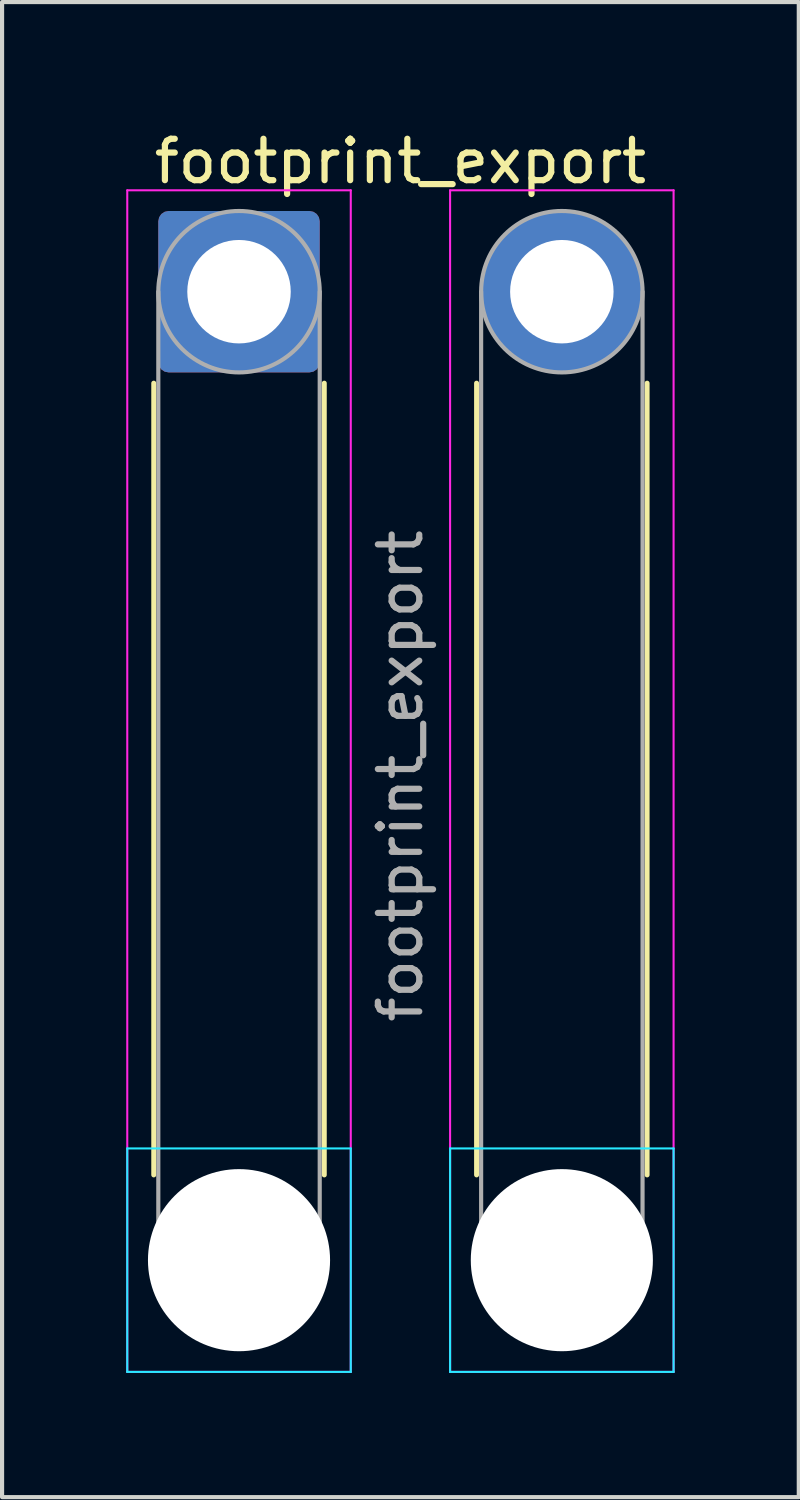
<source format=kicad_pcb>
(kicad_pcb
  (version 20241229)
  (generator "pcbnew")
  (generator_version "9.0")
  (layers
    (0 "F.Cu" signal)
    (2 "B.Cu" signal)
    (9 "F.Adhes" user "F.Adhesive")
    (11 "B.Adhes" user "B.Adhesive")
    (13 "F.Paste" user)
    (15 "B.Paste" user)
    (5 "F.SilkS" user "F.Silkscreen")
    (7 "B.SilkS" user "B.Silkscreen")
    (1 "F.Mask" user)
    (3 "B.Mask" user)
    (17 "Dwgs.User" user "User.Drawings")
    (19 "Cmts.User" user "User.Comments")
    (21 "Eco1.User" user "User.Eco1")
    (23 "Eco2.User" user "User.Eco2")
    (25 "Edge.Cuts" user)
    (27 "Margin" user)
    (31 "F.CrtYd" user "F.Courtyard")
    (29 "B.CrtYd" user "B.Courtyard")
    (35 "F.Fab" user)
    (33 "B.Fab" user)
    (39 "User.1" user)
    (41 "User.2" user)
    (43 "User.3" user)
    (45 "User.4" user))
  (footprint "footprint_export"
    (layer "F.Cu")
    (at 2.725 3.998)
    (property "Reference" "footprint_export" (at 3.9 -3.15 0) (layer "F.SilkS") (effects (font (size 1 1) (thickness 0.15))))
    (attr exclude_from_pos_files exclude_from_bom)
    (fp_line (start -2.06 2.21) (end -2.06 21.34) (stroke (width 0.12) (type solid)) (layer "F.SilkS"))
    (fp_line (start 2.06 2.21) (end 2.06 21.34) (stroke (width 0.12) (type solid)) (layer "F.SilkS"))
    (fp_line (start 5.74 2.21) (end 5.74 21.34) (stroke (width 0.12) (type solid)) (layer "F.SilkS"))
    (fp_line (start 9.86 2.21) (end 9.86 21.34) (stroke (width 0.12) (type solid)) (layer "F.SilkS"))
    (fp_line (start -2.7 20.7) (end -2.7 26.1) (stroke (width 0.05) (type solid)) (layer "B.CrtYd"))
    (fp_line (start -2.7 26.1) (end 2.7 26.1) (stroke (width 0.05) (type solid)) (layer "B.CrtYd"))
    (fp_line (start 2.7 20.7) (end -2.7 20.7) (stroke (width 0.05) (type solid)) (layer "B.CrtYd"))
    (fp_line (start 2.7 26.1) (end 2.7 20.7) (stroke (width 0.05) (type solid)) (layer "B.CrtYd"))
    (fp_line (start 5.1 20.7) (end 5.1 26.1) (stroke (width 0.05) (type solid)) (layer "B.CrtYd"))
    (fp_line (start 5.1 26.1) (end 10.5 26.1) (stroke (width 0.05) (type solid)) (layer "B.CrtYd"))
    (fp_line (start 10.5 20.7) (end 5.1 20.7) (stroke (width 0.05) (type solid)) (layer "B.CrtYd"))
    (fp_line (start 10.5 26.1) (end 10.5 20.7) (stroke (width 0.05) (type solid)) (layer "B.CrtYd"))
    (fp_line (start -2.7 -2.45) (end -2.7 26.1) (stroke (width 0.05) (type solid)) (layer "F.CrtYd"))
    (fp_line (start -2.7 26.1) (end 2.7 26.1) (stroke (width 0.05) (type solid)) (layer "F.CrtYd"))
    (fp_line (start 2.7 -2.45) (end -2.7 -2.45) (stroke (width 0.05) (type solid)) (layer "F.CrtYd"))
    (fp_line (start 2.7 26.1) (end 2.7 -2.45) (stroke (width 0.05) (type solid)) (layer "F.CrtYd"))
    (fp_line (start 5.1 -2.45) (end 5.1 26.1) (stroke (width 0.05) (type solid)) (layer "F.CrtYd"))
    (fp_line (start 5.1 26.1) (end 10.5 26.1) (stroke (width 0.05) (type solid)) (layer "F.CrtYd"))
    (fp_line (start 10.5 -2.45) (end 5.1 -2.45) (stroke (width 0.05) (type solid)) (layer "F.CrtYd"))
    (fp_line (start 10.5 26.1) (end 10.5 -2.45) (stroke (width 0.05) (type solid)) (layer "F.CrtYd"))
    (fp_line (start -1.95 0) (end -1.95 23.4) (stroke (width 0.1) (type solid)) (layer "F.Fab"))
    (fp_line (start 1.95 0) (end 1.95 23.4) (stroke (width 0.1) (type solid)) (layer "F.Fab"))
    (fp_line (start 5.85 0) (end 5.85 23.4) (stroke (width 0.1) (type solid)) (layer "F.Fab"))
    (fp_line (start 9.75 0) (end 9.75 23.4) (stroke (width 0.1) (type solid)) (layer "F.Fab"))
    (fp_circle (center 0 0) (end 1.95 0) (stroke (width 0.1) (type solid)) (fill no) (layer "F.Fab"))
    (fp_circle (center 0 23.4) (end 1.95 23.4) (stroke (width 0.1) (type solid)) (fill no) (layer "F.Fab"))
    (fp_circle (center 7.8 0) (end 9.75 0) (stroke (width 0.1) (type solid)) (fill no) (layer "F.Fab"))
    (fp_circle (center 7.8 23.4) (end 9.75 23.4) (stroke (width 0.1) (type solid)) (fill no) (layer "F.Fab"))
    (fp_text user "${REFERENCE}" (at 3.9 11.7 90) (layer "F.Fab") (effects (font (size 1 1) (thickness 0.15))))
    (pad "" np_thru_hole circle (at 0 23.4) (size 4.4 4.4) (drill 4.4) (layers "*.Cu" "*.Mask"))
    (pad "" np_thru_hole circle (at 7.8 23.4) (size 4.4 4.4) (drill 4.4) (layers "*.Cu" "*.Mask"))
    (pad "1" thru_hole roundrect (at 0 0) (size 3.9 3.9) (drill 2.5) (layers "*.Cu" "*.Mask") (roundrect_rratio 0.064))
    (pad "2" thru_hole circle (at 7.8 0) (size 3.9 3.9) (drill 2.5) (layers "*.Cu" "*.Mask")))
  (gr_rect
    (start -3 -3)
    (end 16.25 33.123)
    (stroke (width 0.1) (type default))
    (fill no)
    (layer "Edge.Cuts")))
</source>
